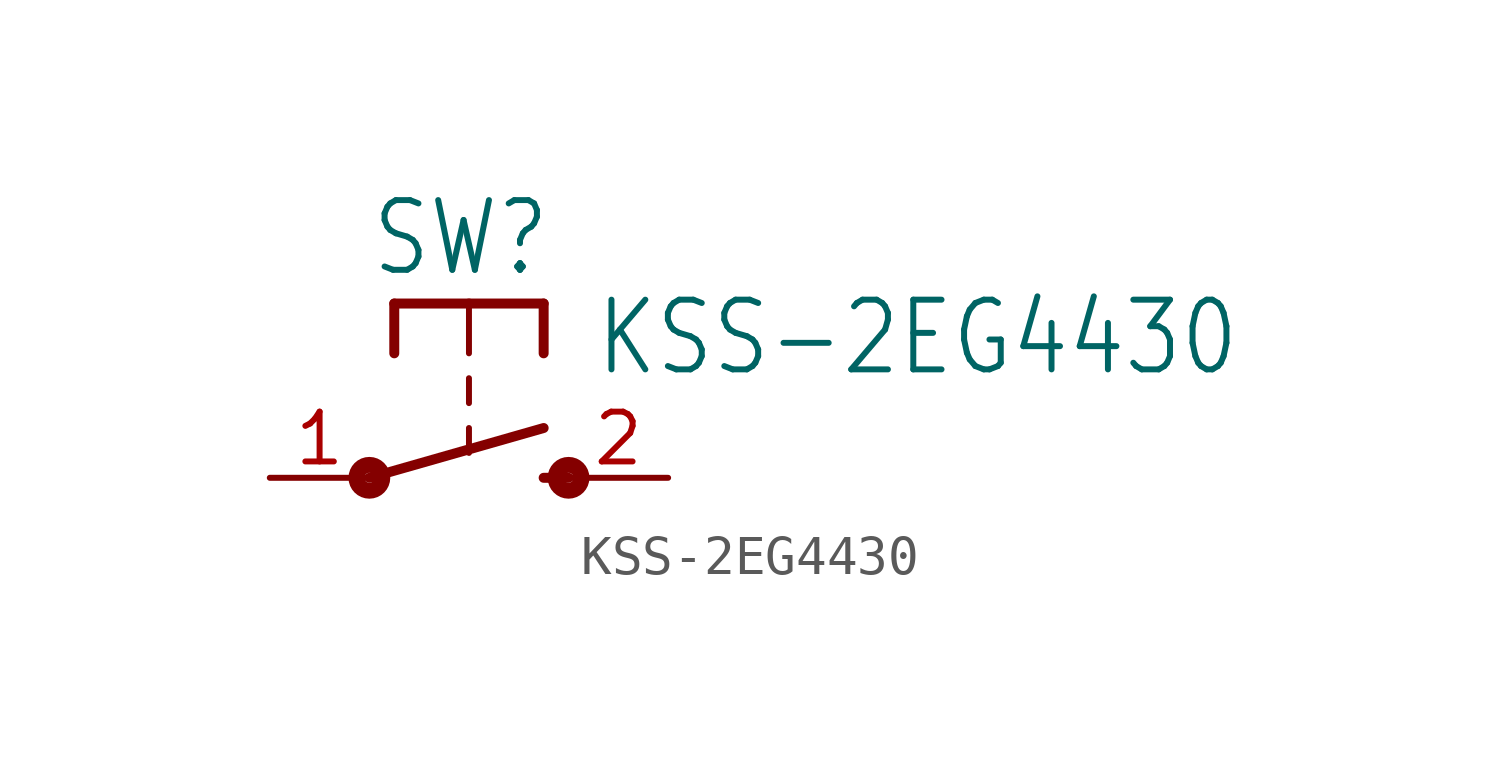
<source format=kicad_sym>
(kicad_symbol_lib
  (version 20211014)
  (generator kicad_symbol_editor)
  (symbol "KSS-2EG4430"
    (property "Reference" "SW"
      (at -2.54 5.08 0)
      (effects (font (size 1.778 1.511)) (justify left bottom)))
    (property "Value" "KSS-2EG4430"
      (at 3.175 2.54 0)
      (effects (font (size 1.778 1.511)) (justify left bottom)))
    (property "ki_locked" ""
      (at 0 0 0)
      (effects (font (size 1.27 1.27))))
    (symbol "KSS-2EG4430_1_0"
      (circle (center -2.54 0) (radius 0.127) (stroke (width 0.406) (type default) (color 0 0 0 0)) (fill (type none)))
      (polyline (pts (xy -2.54 0) (xy 1.905 1.27)) (stroke (width 0.254) (type default) (color 0 0 0 0)) (fill (type none)))
      (polyline (pts (xy -1.905 4.445) (xy -1.905 3.175)) (stroke (width 0.254) (type default) (color 0 0 0 0)) (fill (type none)))
      (polyline (pts (xy 0 1.27) (xy 0 0.635)) (stroke (width 0.152) (type default) (color 0 0 0 0)) (fill (type none)))
      (polyline (pts (xy 0 2.54) (xy 0 1.905)) (stroke (width 0.152) (type default) (color 0 0 0 0)) (fill (type none)))
      (polyline (pts (xy 0 4.445) (xy -1.905 4.445)) (stroke (width 0.254) (type default) (color 0 0 0 0)) (fill (type none)))
      (polyline (pts (xy 0 4.445) (xy 0 3.175)) (stroke (width 0.152) (type default) (color 0 0 0 0)) (fill (type none)))
      (polyline (pts (xy 1.905 0) (xy 2.54 0)) (stroke (width 0.254) (type default) (color 0 0 0 0)) (fill (type none)))
      (polyline (pts (xy 1.905 4.445) (xy 0 4.445)) (stroke (width 0.254) (type default) (color 0 0 0 0)) (fill (type none)))
      (polyline (pts (xy 1.905 4.445) (xy 1.905 3.175)) (stroke (width 0.254) (type default) (color 0 0 0 0)) (fill (type none)))
      (circle (center 2.54 0) (radius 0.127) (stroke (width 0.406) (type default) (color 0 0 0 0)) (fill (type none)))
      (pin passive line (at -5.08 0 0) (length 2.54) (name "P" (effects (font (size 0 0)))) (number "1" (effects (font (size 1.27 1.27)))))
      (pin passive line (at 5.08 0 180) (length 2.54) (name "S" (effects (font (size 0 0)))) (number "2" (effects (font (size 1.27 1.27))))))))
</source>
